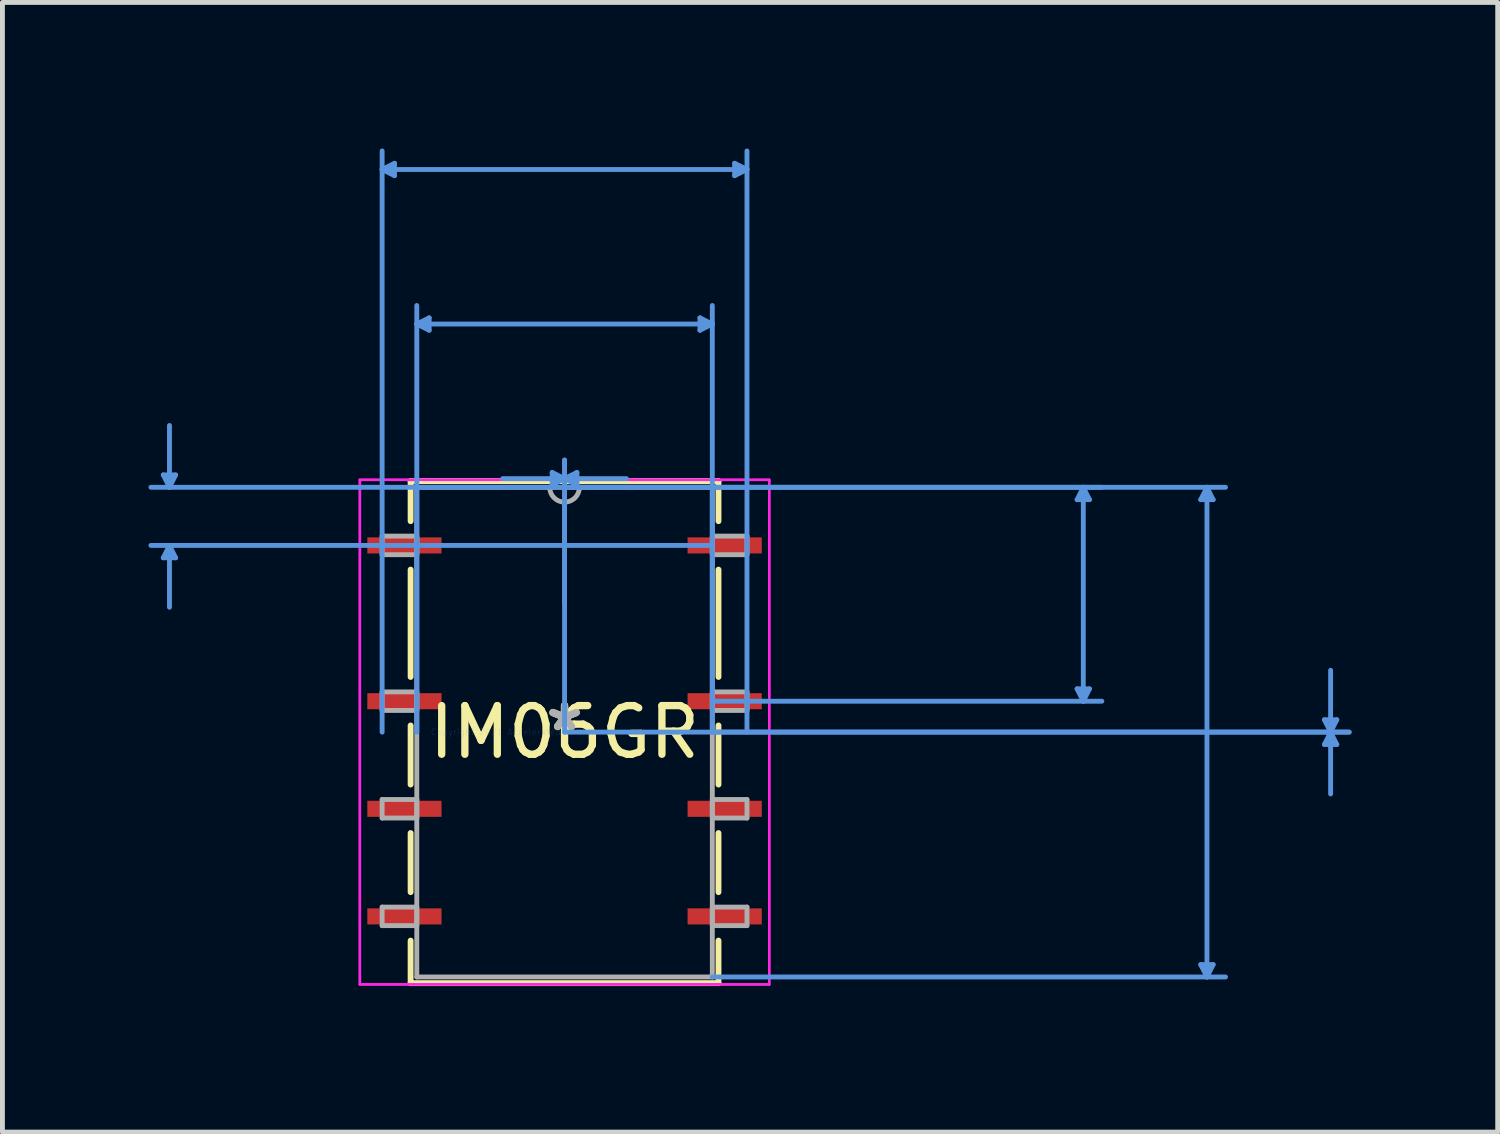
<source format=kicad_pcb>
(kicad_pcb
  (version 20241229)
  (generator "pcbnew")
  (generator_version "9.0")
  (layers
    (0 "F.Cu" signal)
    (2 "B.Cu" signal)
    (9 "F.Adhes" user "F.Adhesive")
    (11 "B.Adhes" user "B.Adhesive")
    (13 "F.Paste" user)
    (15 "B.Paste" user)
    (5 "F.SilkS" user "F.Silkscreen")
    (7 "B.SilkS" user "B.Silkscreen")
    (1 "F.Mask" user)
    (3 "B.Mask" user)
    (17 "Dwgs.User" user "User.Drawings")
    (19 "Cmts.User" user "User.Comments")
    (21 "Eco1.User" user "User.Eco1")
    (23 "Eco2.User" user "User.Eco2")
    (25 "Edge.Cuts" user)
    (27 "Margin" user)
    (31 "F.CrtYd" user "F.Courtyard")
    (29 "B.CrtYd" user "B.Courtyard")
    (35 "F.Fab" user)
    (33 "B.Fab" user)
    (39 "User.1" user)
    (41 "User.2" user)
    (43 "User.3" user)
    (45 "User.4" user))
  (footprint "IM06GR"
    (layer "F.Cu")
    (at 8.546 11.988)
    (property "Reference" "IM06GR" (at 0 0 0) (layer "F.SilkS") (effects (font (size 1 1) (thickness 0.15))))
    (attr through_hole)
    (fp_line (start -3.162 -5.156) (end -3.162 -4.333) (stroke (width 0.12) (type solid)) (layer "F.SilkS"))
    (fp_line (start -3.162 -3.338) (end -3.162 -1.133) (stroke (width 0.12) (type solid)) (layer "F.SilkS"))
    (fp_line (start -3.162 -0.137) (end -3.162 1.077) (stroke (width 0.12) (type solid)) (layer "F.SilkS"))
    (fp_line (start -3.162 2.073) (end -3.162 3.287) (stroke (width 0.12) (type solid)) (layer "F.SilkS"))
    (fp_line (start -3.162 4.282) (end -3.162 5.156) (stroke (width 0.12) (type solid)) (layer "F.SilkS"))
    (fp_line (start -3.162 5.156) (end 3.162 5.156) (stroke (width 0.12) (type solid)) (layer "F.SilkS"))
    (fp_line (start 3.162 -5.156) (end -3.162 -5.156) (stroke (width 0.12) (type solid)) (layer "F.SilkS"))
    (fp_line (start 3.162 -4.333) (end 3.162 -5.156) (stroke (width 0.12) (type solid)) (layer "F.SilkS"))
    (fp_line (start 3.162 -1.133) (end 3.162 -3.338) (stroke (width 0.12) (type solid)) (layer "F.SilkS"))
    (fp_line (start 3.162 1.077) (end 3.162 -0.137) (stroke (width 0.12) (type solid)) (layer "F.SilkS"))
    (fp_line (start 3.162 3.287) (end 3.162 2.073) (stroke (width 0.12) (type solid)) (layer "F.SilkS"))
    (fp_line (start 3.162 5.156) (end 3.162 4.282) (stroke (width 0.12) (type solid)) (layer "F.SilkS"))
    (fp_line (start -8.242 -5.283) (end -7.988 -5.283) (stroke (width 0.1) (type solid)) (layer "Cmts.User"))
    (fp_line (start -8.242 -3.581) (end -7.988 -3.581) (stroke (width 0.1) (type solid)) (layer "Cmts.User"))
    (fp_line (start -8.115 -5.029) (end -8.242 -5.283) (stroke (width 0.1) (type solid)) (layer "Cmts.User"))
    (fp_line (start -8.115 -5.029) (end -8.115 -6.299) (stroke (width 0.1) (type solid)) (layer "Cmts.User"))
    (fp_line (start -8.115 -5.029) (end -7.988 -5.283) (stroke (width 0.1) (type solid)) (layer "Cmts.User"))
    (fp_line (start -8.115 -3.835) (end -8.242 -3.581) (stroke (width 0.1) (type solid)) (layer "Cmts.User"))
    (fp_line (start -8.115 -3.835) (end -8.115 -2.565) (stroke (width 0.1) (type solid)) (layer "Cmts.User"))
    (fp_line (start -8.115 -3.835) (end -7.988 -3.581) (stroke (width 0.1) (type solid)) (layer "Cmts.User"))
    (fp_line (start -3.747 -11.557) (end -3.493 -11.684) (stroke (width 0.1) (type solid)) (layer "Cmts.User"))
    (fp_line (start -3.747 -11.557) (end -3.493 -11.43) (stroke (width 0.1) (type solid)) (layer "Cmts.User"))
    (fp_line (start -3.747 -11.557) (end 3.747 -11.557) (stroke (width 0.1) (type solid)) (layer "Cmts.User"))
    (fp_line (start -3.747 0) (end -3.747 -11.938) (stroke (width 0.1) (type solid)) (layer "Cmts.User"))
    (fp_line (start -3.493 -11.684) (end -3.493 -11.43) (stroke (width 0.1) (type solid)) (layer "Cmts.User"))
    (fp_line (start -3.035 -8.382) (end -2.781 -8.509) (stroke (width 0.1) (type solid)) (layer "Cmts.User"))
    (fp_line (start -3.035 -8.382) (end -2.781 -8.255) (stroke (width 0.1) (type solid)) (layer "Cmts.User"))
    (fp_line (start -3.035 -8.382) (end 3.035 -8.382) (stroke (width 0.1) (type solid)) (layer "Cmts.User"))
    (fp_line (start -3.035 0) (end -3.035 -8.763) (stroke (width 0.1) (type solid)) (layer "Cmts.User"))
    (fp_line (start -2.781 -8.509) (end -2.781 -8.255) (stroke (width 0.1) (type solid)) (layer "Cmts.User"))
    (fp_line (start -0.254 -5.334) (end -0.254 -5.08) (stroke (width 0.1) (type solid)) (layer "Cmts.User"))
    (fp_line (start 0 -5.207) (end -1.27 -5.207) (stroke (width 0.1) (type solid)) (layer "Cmts.User"))
    (fp_line (start 0 -5.207) (end -0.254 -5.334) (stroke (width 0.1) (type solid)) (layer "Cmts.User"))
    (fp_line (start 0 -5.207) (end -0.254 -5.08) (stroke (width 0.1) (type solid)) (layer "Cmts.User"))
    (fp_line (start 0 -5.207) (end 0.254 -5.334) (stroke (width 0.1) (type solid)) (layer "Cmts.User"))
    (fp_line (start 0 -5.207) (end 0.254 -5.08) (stroke (width 0.1) (type solid)) (layer "Cmts.User"))
    (fp_line (start 0 -5.207) (end 1.27 -5.207) (stroke (width 0.1) (type solid)) (layer "Cmts.User"))
    (fp_line (start 0 -5.029) (end -8.496 -5.029) (stroke (width 0.1) (type solid)) (layer "Cmts.User"))
    (fp_line (start 0 -5.029) (end 11.036 -5.029) (stroke (width 0.1) (type solid)) (layer "Cmts.User"))
    (fp_line (start 0 -5.029) (end 13.576 -5.029) (stroke (width 0.1) (type solid)) (layer "Cmts.User"))
    (fp_line (start 0 -2.667) (end 0 -5.588) (stroke (width 0.1) (type solid)) (layer "Cmts.User"))
    (fp_line (start 0 0) (end 0 -5.588) (stroke (width 0.1) (type solid)) (layer "Cmts.User"))
    (fp_line (start 0 0) (end 16.116 0) (stroke (width 0.1) (type solid)) (layer "Cmts.User"))
    (fp_line (start 0.254 -5.334) (end 0.254 -5.08) (stroke (width 0.1) (type solid)) (layer "Cmts.User"))
    (fp_line (start 2.781 -8.509) (end 2.781 -8.255) (stroke (width 0.1) (type solid)) (layer "Cmts.User"))
    (fp_line (start 3.035 -8.382) (end 2.781 -8.509) (stroke (width 0.1) (type solid)) (layer "Cmts.User"))
    (fp_line (start 3.035 -8.382) (end 2.781 -8.255) (stroke (width 0.1) (type solid)) (layer "Cmts.User"))
    (fp_line (start 3.035 -3.835) (end -8.496 -3.835) (stroke (width 0.1) (type solid)) (layer "Cmts.User"))
    (fp_line (start 3.035 -0.635) (end 11.036 -0.635) (stroke (width 0.1) (type solid)) (layer "Cmts.User"))
    (fp_line (start 3.035 0) (end 3.035 -8.763) (stroke (width 0.1) (type solid)) (layer "Cmts.User"))
    (fp_line (start 3.035 0) (end 16.116 0) (stroke (width 0.1) (type solid)) (layer "Cmts.User"))
    (fp_line (start 3.035 5.029) (end 13.576 5.029) (stroke (width 0.1) (type solid)) (layer "Cmts.User"))
    (fp_line (start 3.493 -11.684) (end 3.493 -11.43) (stroke (width 0.1) (type solid)) (layer "Cmts.User"))
    (fp_line (start 3.747 -11.557) (end 3.493 -11.684) (stroke (width 0.1) (type solid)) (layer "Cmts.User"))
    (fp_line (start 3.747 -11.557) (end 3.493 -11.43) (stroke (width 0.1) (type solid)) (layer "Cmts.User"))
    (fp_line (start 3.747 0) (end 3.747 -11.938) (stroke (width 0.1) (type solid)) (layer "Cmts.User"))
    (fp_line (start 10.528 -4.775) (end 10.782 -4.775) (stroke (width 0.1) (type solid)) (layer "Cmts.User"))
    (fp_line (start 10.528 -0.889) (end 10.782 -0.889) (stroke (width 0.1) (type solid)) (layer "Cmts.User"))
    (fp_line (start 10.655 -5.029) (end 10.528 -4.775) (stroke (width 0.1) (type solid)) (layer "Cmts.User"))
    (fp_line (start 10.655 -5.029) (end 10.655 -0.635) (stroke (width 0.1) (type solid)) (layer "Cmts.User"))
    (fp_line (start 10.655 -5.029) (end 10.782 -4.775) (stroke (width 0.1) (type solid)) (layer "Cmts.User"))
    (fp_line (start 10.655 -0.635) (end 10.528 -0.889) (stroke (width 0.1) (type solid)) (layer "Cmts.User"))
    (fp_line (start 10.655 -0.635) (end 10.782 -0.889) (stroke (width 0.1) (type solid)) (layer "Cmts.User"))
    (fp_line (start 13.068 -4.775) (end 13.322 -4.775) (stroke (width 0.1) (type solid)) (layer "Cmts.User"))
    (fp_line (start 13.068 4.775) (end 13.322 4.775) (stroke (width 0.1) (type solid)) (layer "Cmts.User"))
    (fp_line (start 13.195 -5.029) (end 13.068 -4.775) (stroke (width 0.1) (type solid)) (layer "Cmts.User"))
    (fp_line (start 13.195 -5.029) (end 13.195 5.029) (stroke (width 0.1) (type solid)) (layer "Cmts.User"))
    (fp_line (start 13.195 -5.029) (end 13.322 -4.775) (stroke (width 0.1) (type solid)) (layer "Cmts.User"))
    (fp_line (start 13.195 5.029) (end 13.068 4.775) (stroke (width 0.1) (type solid)) (layer "Cmts.User"))
    (fp_line (start 13.195 5.029) (end 13.322 4.775) (stroke (width 0.1) (type solid)) (layer "Cmts.User"))
    (fp_line (start 15.608 -0.254) (end 15.862 -0.254) (stroke (width 0.1) (type solid)) (layer "Cmts.User"))
    (fp_line (start 15.608 0.254) (end 15.862 0.254) (stroke (width 0.1) (type solid)) (layer "Cmts.User"))
    (fp_line (start 15.735 0) (end 15.608 -0.254) (stroke (width 0.1) (type solid)) (layer "Cmts.User"))
    (fp_line (start 15.735 0) (end 15.608 0.254) (stroke (width 0.1) (type solid)) (layer "Cmts.User"))
    (fp_line (start 15.735 0) (end 15.735 -1.27) (stroke (width 0.1) (type solid)) (layer "Cmts.User"))
    (fp_line (start 15.735 0) (end 15.735 1.27) (stroke (width 0.1) (type solid)) (layer "Cmts.User"))
    (fp_line (start 15.735 0) (end 15.862 -0.254) (stroke (width 0.1) (type solid)) (layer "Cmts.User"))
    (fp_line (start 15.735 0) (end 15.862 0.254) (stroke (width 0.1) (type solid)) (layer "Cmts.User"))
    (fp_line (start -4.204 -5.182) (end 4.204 -5.182) (stroke (width 0.05) (type solid)) (layer "F.CrtYd"))
    (fp_line (start -4.204 -5.182) (end 4.204 -5.182) (stroke (width 0.05) (type solid)) (layer "F.CrtYd"))
    (fp_line (start -4.204 5.182) (end -4.204 -5.182) (stroke (width 0.05) (type solid)) (layer "F.CrtYd"))
    (fp_line (start -4.204 5.182) (end -4.204 -5.182) (stroke (width 0.05) (type solid)) (layer "F.CrtYd"))
    (fp_line (start 4.204 -5.182) (end 4.204 5.182) (stroke (width 0.05) (type solid)) (layer "F.CrtYd"))
    (fp_line (start 4.204 -5.182) (end 4.204 5.182) (stroke (width 0.05) (type solid)) (layer "F.CrtYd"))
    (fp_line (start 4.204 5.182) (end -4.204 5.182) (stroke (width 0.05) (type solid)) (layer "F.CrtYd"))
    (fp_line (start 4.204 5.182) (end -4.204 5.182) (stroke (width 0.05) (type solid)) (layer "F.CrtYd"))
    (fp_line (start -3.747 -4.026) (end -3.747 -3.645) (stroke (width 0.1) (type solid)) (layer "F.Fab"))
    (fp_line (start -3.747 -3.645) (end -3.035 -3.645) (stroke (width 0.1) (type solid)) (layer "F.Fab"))
    (fp_line (start -3.747 -0.826) (end -3.747 -0.445) (stroke (width 0.1) (type solid)) (layer "F.Fab"))
    (fp_line (start -3.747 -0.445) (end -3.035 -0.445) (stroke (width 0.1) (type solid)) (layer "F.Fab"))
    (fp_line (start -3.747 1.384) (end -3.747 1.765) (stroke (width 0.1) (type solid)) (layer "F.Fab"))
    (fp_line (start -3.747 1.765) (end -3.035 1.765) (stroke (width 0.1) (type solid)) (layer "F.Fab"))
    (fp_line (start -3.747 3.594) (end -3.747 3.975) (stroke (width 0.1) (type solid)) (layer "F.Fab"))
    (fp_line (start -3.747 3.975) (end -3.035 3.975) (stroke (width 0.1) (type solid)) (layer "F.Fab"))
    (fp_line (start -3.035 -5.029) (end -3.035 5.029) (stroke (width 0.1) (type solid)) (layer "F.Fab"))
    (fp_line (start -3.035 -4.026) (end -3.747 -4.026) (stroke (width 0.1) (type solid)) (layer "F.Fab"))
    (fp_line (start -3.035 -3.645) (end -3.035 -4.026) (stroke (width 0.1) (type solid)) (layer "F.Fab"))
    (fp_line (start -3.035 -0.826) (end -3.747 -0.826) (stroke (width 0.1) (type solid)) (layer "F.Fab"))
    (fp_line (start -3.035 -0.445) (end -3.035 -0.826) (stroke (width 0.1) (type solid)) (layer "F.Fab"))
    (fp_line (start -3.035 1.384) (end -3.747 1.384) (stroke (width 0.1) (type solid)) (layer "F.Fab"))
    (fp_line (start -3.035 1.765) (end -3.035 1.384) (stroke (width 0.1) (type solid)) (layer "F.Fab"))
    (fp_line (start -3.035 3.594) (end -3.747 3.594) (stroke (width 0.1) (type solid)) (layer "F.Fab"))
    (fp_line (start -3.035 3.975) (end -3.035 3.594) (stroke (width 0.1) (type solid)) (layer "F.Fab"))
    (fp_line (start -3.035 5.029) (end 3.035 5.029) (stroke (width 0.1) (type solid)) (layer "F.Fab"))
    (fp_line (start 3.035 -5.029) (end -3.035 -5.029) (stroke (width 0.1) (type solid)) (layer "F.Fab"))
    (fp_line (start 3.035 -4.026) (end 3.035 -3.645) (stroke (width 0.1) (type solid)) (layer "F.Fab"))
    (fp_line (start 3.035 -3.645) (end 3.747 -3.645) (stroke (width 0.1) (type solid)) (layer "F.Fab"))
    (fp_line (start 3.035 -0.826) (end 3.035 -0.445) (stroke (width 0.1) (type solid)) (layer "F.Fab"))
    (fp_line (start 3.035 -0.445) (end 3.747 -0.445) (stroke (width 0.1) (type solid)) (layer "F.Fab"))
    (fp_line (start 3.035 1.384) (end 3.035 1.765) (stroke (width 0.1) (type solid)) (layer "F.Fab"))
    (fp_line (start 3.035 1.765) (end 3.747 1.765) (stroke (width 0.1) (type solid)) (layer "F.Fab"))
    (fp_line (start 3.035 3.594) (end 3.035 3.975) (stroke (width 0.1) (type solid)) (layer "F.Fab"))
    (fp_line (start 3.035 3.975) (end 3.747 3.975) (stroke (width 0.1) (type solid)) (layer "F.Fab"))
    (fp_line (start 3.035 5.029) (end 3.035 -5.029) (stroke (width 0.1) (type solid)) (layer "F.Fab"))
    (fp_line (start 3.747 -4.026) (end 3.035 -4.026) (stroke (width 0.1) (type solid)) (layer "F.Fab"))
    (fp_line (start 3.747 -3.645) (end 3.747 -4.026) (stroke (width 0.1) (type solid)) (layer "F.Fab"))
    (fp_line (start 3.747 -0.826) (end 3.035 -0.826) (stroke (width 0.1) (type solid)) (layer "F.Fab"))
    (fp_line (start 3.747 -0.445) (end 3.747 -0.826) (stroke (width 0.1) (type solid)) (layer "F.Fab"))
    (fp_line (start 3.747 1.384) (end 3.035 1.384) (stroke (width 0.1) (type solid)) (layer "F.Fab"))
    (fp_line (start 3.747 1.765) (end 3.747 1.384) (stroke (width 0.1) (type solid)) (layer "F.Fab"))
    (fp_line (start 3.747 3.594) (end 3.035 3.594) (stroke (width 0.1) (type solid)) (layer "F.Fab"))
    (fp_line (start 3.747 3.975) (end 3.747 3.594) (stroke (width 0.1) (type solid)) (layer "F.Fab"))
    (fp_arc (start 0.3048 -5.0292) (mid 0 -4.7244) (end -0.3048 -5.0292) (stroke (width 0.1) (type solid)) (layer "F.Fab"))
    (fp_text user "*" (at 0 0 0) (layer "F.SilkS") (effects (font (size 1 1) (thickness 0.15))))
    (fp_text user "Copyright 2021 Accelerated Designs. All rights reserved." (at 0 0 0) (layer "Cmts.User") (effects (font (size 0.127 0.127) (thickness 0.002))))
    (fp_text user "*" (at 0 0 0) (layer "F.Fab") (effects (font (size 1 1) (thickness 0.15))))
    (pad "1" smd rect (at -3.289 -3.835) (size 1.524 0.33) (layers "F.Cu" "F.Mask" "F.Paste"))
    (pad "2" smd rect (at -3.289 -0.635) (size 1.524 0.33) (layers "F.Cu" "F.Mask" "F.Paste"))
    (pad "3" smd rect (at -3.289 1.575) (size 1.524 0.33) (layers "F.Cu" "F.Mask" "F.Paste"))
    (pad "4" smd rect (at -3.289 3.785) (size 1.524 0.33) (layers "F.Cu" "F.Mask" "F.Paste"))
    (pad "5" smd rect (at 3.289 3.785) (size 1.524 0.33) (layers "F.Cu" "F.Mask" "F.Paste"))
    (pad "6" smd rect (at 3.289 1.575) (size 1.524 0.33) (layers "F.Cu" "F.Mask" "F.Paste"))
    (pad "7" smd rect (at 3.289 -0.635) (size 1.524 0.33) (layers "F.Cu" "F.Mask" "F.Paste"))
    (pad "8" smd rect (at 3.289 -3.835) (size 1.524 0.33) (layers "F.Cu" "F.Mask" "F.Paste")))
  (gr_rect
    (start -3 -3)
    (end 27.713 20.204)
    (stroke (width 0.1) (type default))
    (fill no)
    (layer "Edge.Cuts")))
</source>
